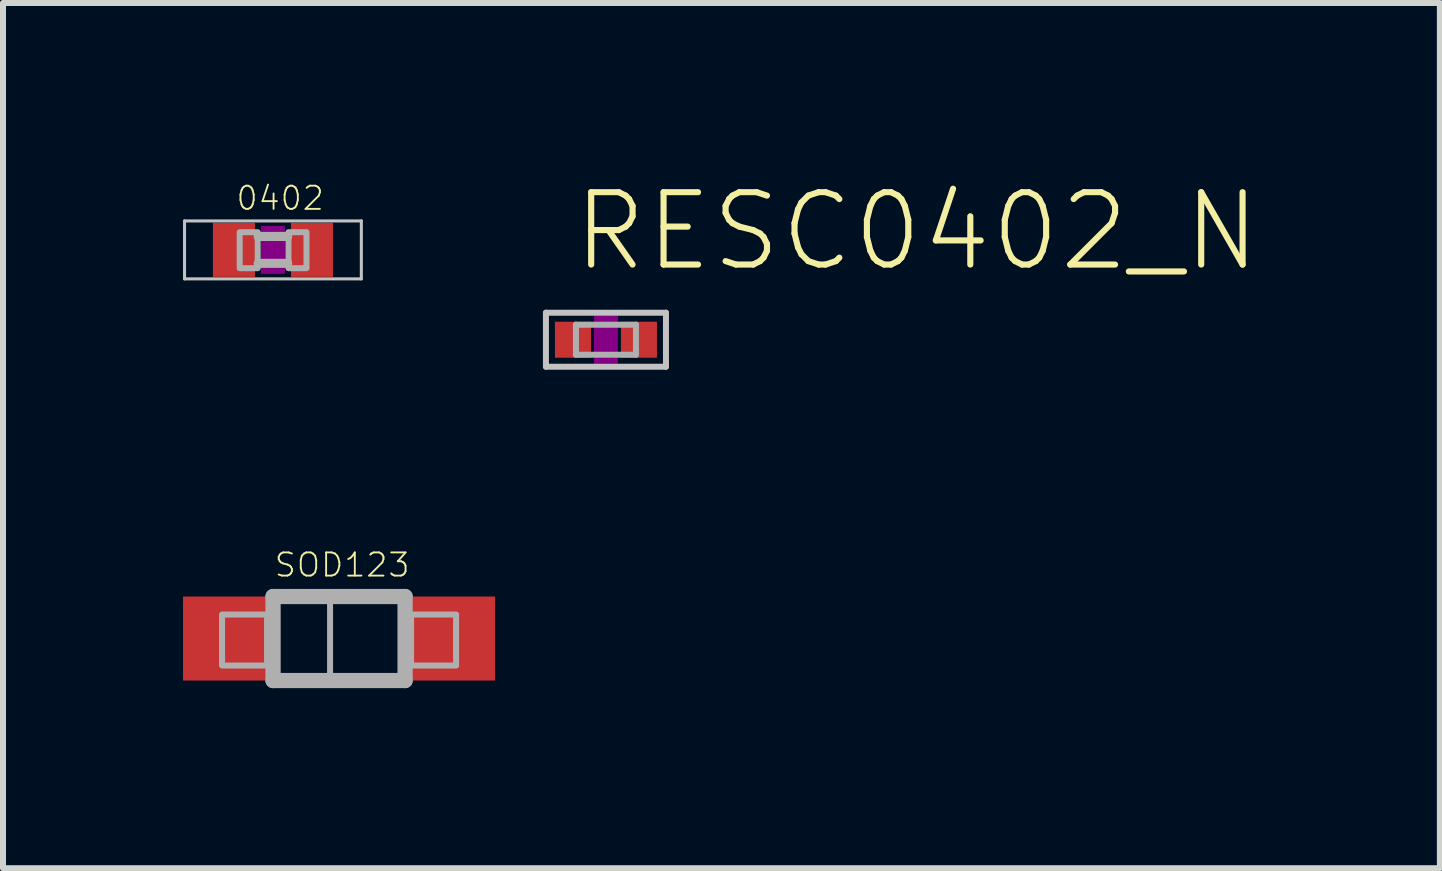
<source format=kicad_pcb>
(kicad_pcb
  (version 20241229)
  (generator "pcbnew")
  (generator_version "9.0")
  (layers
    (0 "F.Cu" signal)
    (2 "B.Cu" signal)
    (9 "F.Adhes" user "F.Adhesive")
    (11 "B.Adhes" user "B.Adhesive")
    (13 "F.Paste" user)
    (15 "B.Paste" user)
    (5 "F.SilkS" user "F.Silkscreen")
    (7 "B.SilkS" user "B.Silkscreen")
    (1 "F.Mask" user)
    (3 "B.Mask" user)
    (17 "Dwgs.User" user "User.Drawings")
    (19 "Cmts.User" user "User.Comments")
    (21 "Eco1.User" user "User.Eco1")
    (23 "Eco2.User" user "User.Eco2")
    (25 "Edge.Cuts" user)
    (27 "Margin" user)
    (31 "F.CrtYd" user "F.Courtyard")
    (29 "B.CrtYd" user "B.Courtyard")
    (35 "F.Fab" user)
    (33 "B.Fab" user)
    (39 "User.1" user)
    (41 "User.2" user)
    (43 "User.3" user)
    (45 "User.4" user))
  (footprint "RESC0402_N"
    (layer "F.Cu")
    (at 7.047 2.611)
    (property "Reference" "RESC0402_N" (at -0.6 -1.1 0) (layer "F.SilkS") (effects (font (size 1.206 1.206) (thickness 0.102)) (justify left bottom)))
    (attr through_hole)
    (fp_poly (pts (xy -0.2 0.4) (xy 0.2 0.4) (xy 0.2 -0.4) (xy -0.2 -0.4)) (stroke (width 0) (type solid)) (fill yes) (layer "F.Adhes"))
    (fp_line (start -1 -0.45) (end -1 0.45) (stroke (width 0.1) (type solid)) (layer "Dwgs.User"))
    (fp_line (start -1 0.45) (end 1 0.45) (stroke (width 0.1) (type solid)) (layer "Dwgs.User"))
    (fp_line (start 1 -0.45) (end -1 -0.45) (stroke (width 0.1) (type solid)) (layer "Dwgs.User"))
    (fp_line (start 1 0.45) (end 1 -0.45) (stroke (width 0.1) (type solid)) (layer "Dwgs.User"))
    (fp_line (start -0.5 -0.25) (end 0.5 -0.25) (stroke (width 0.1) (type solid)) (layer "F.Fab"))
    (fp_line (start -0.5 0.25) (end -0.5 -0.25) (stroke (width 0.1) (type solid)) (layer "F.Fab"))
    (fp_line (start 0.5 -0.25) (end 0.5 0.25) (stroke (width 0.1) (type solid)) (layer "F.Fab"))
    (fp_line (start 0.5 0.25) (end -0.5 0.25) (stroke (width 0.1) (type solid)) (layer "F.Fab"))
    (pad "1" smd rect (at -0.55 0) (size 0.6 0.6) (layers "F.Cu" "F.Mask" "F.Paste"))
    (pad "2" smd rect (at 0.55 0) (size 0.6 0.6) (layers "F.Cu" "F.Mask" "F.Paste")))
  (footprint "SOD123"
    (layer "F.Cu")
    (at 2.6 7.59)
    (property "Reference" "SOD123" (at -1.1 -1 180) (layer "F.SilkS") (effects (font (size 0.386 0.386) (thickness 0.031)) (justify left bottom)))
    (attr through_hole)
    (fp_line (start -1.1 -0.7) (end 1.1 -0.7) (stroke (width 0.254) (type solid)) (layer "F.Fab"))
    (fp_line (start -1.1 0.7) (end -1.1 -0.7) (stroke (width 0.254) (type solid)) (layer "F.Fab"))
    (fp_line (start 1.1 -0.7) (end 1.1 0.7) (stroke (width 0.254) (type solid)) (layer "F.Fab"))
    (fp_line (start 1.1 0.7) (end -1.1 0.7) (stroke (width 0.254) (type solid)) (layer "F.Fab"))
    (fp_poly (pts (xy -1.95 0.45) (xy -1.2 0.45) (xy -1.2 -0.4) (xy -1.95 -0.4)) (stroke (width 0.1) (type solid)) (fill no) (layer "F.Fab"))
    (fp_poly (pts (xy -1.05 0.65) (xy -0.15 0.65) (xy -0.15 -0.7) (xy -1.05 -0.7)) (stroke (width 0.1) (type solid)) (fill no) (layer "F.Fab"))
    (fp_poly (pts (xy 1.2 0.45) (xy 1.95 0.45) (xy 1.95 -0.4) (xy 1.2 -0.4)) (stroke (width 0.1) (type solid)) (fill no) (layer "F.Fab"))
    (pad "A" smd rect (at 1.9 0) (size 1.4 1.4) (layers "F.Cu" "F.Mask" "F.Paste"))
    (pad "C" smd rect (at -1.9 0) (size 1.4 1.4) (layers "F.Cu" "F.Mask" "F.Paste")))
  (footprint "0402"
    (layer "F.Cu")
    (at 1.498 1.114)
    (property "Reference" "0402" (at -0.635 -0.635 0) (layer "F.SilkS") (effects (font (size 0.386 0.386) (thickness 0.031)) (justify left bottom)))
    (attr through_hole)
    (fp_poly (pts (xy -0.2 0.4) (xy 0.2 0.4) (xy 0.2 -0.4) (xy -0.2 -0.4)) (stroke (width 0) (type solid)) (fill yes) (layer "F.Adhes"))
    (fp_line (start -1.473 -0.483) (end 1.473 -0.483) (stroke (width 0.051) (type solid)) (layer "Dwgs.User"))
    (fp_line (start -1.473 0.483) (end -1.473 -0.483) (stroke (width 0.051) (type solid)) (layer "Dwgs.User"))
    (fp_line (start 1.473 -0.483) (end 1.473 0.483) (stroke (width 0.051) (type solid)) (layer "Dwgs.User"))
    (fp_line (start 1.473 0.483) (end -1.473 0.483) (stroke (width 0.051) (type solid)) (layer "Dwgs.User"))
    (fp_line (start -0.245 -0.224) (end 0.245 -0.224) (stroke (width 0.152) (type solid)) (layer "F.Fab"))
    (fp_line (start 0.245 0.224) (end -0.245 0.224) (stroke (width 0.152) (type solid)) (layer "F.Fab"))
    (fp_poly (pts (xy -0.554 0.305) (xy -0.254 0.305) (xy -0.254 -0.295) (xy -0.554 -0.295)) (stroke (width 0.1) (type solid)) (fill no) (layer "F.Fab"))
    (fp_poly (pts (xy 0.259 0.305) (xy 0.559 0.305) (xy 0.559 -0.295) (xy 0.259 -0.295)) (stroke (width 0.1) (type solid)) (fill no) (layer "F.Fab"))
    (pad "1" smd rect (at -0.65 0) (size 0.7 0.9) (layers "F.Cu" "F.Mask" "F.Paste"))
    (pad "2" smd rect (at 0.65 0) (size 0.7 0.9) (layers "F.Cu" "F.Mask" "F.Paste")))
  (gr_rect
    (start -3 -3)
    (end 20.943 11.417)
    (stroke (width 0.1) (type default))
    (fill no)
    (layer "Edge.Cuts")))
</source>
